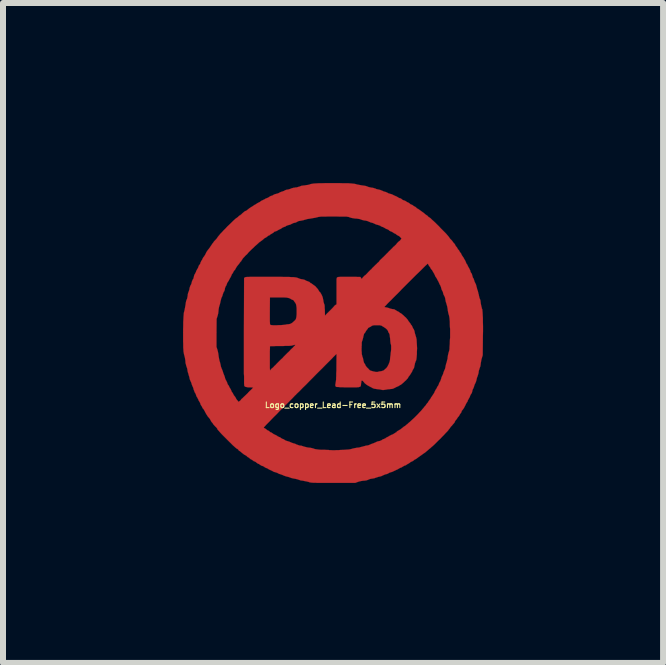
<source format=kicad_pcb>
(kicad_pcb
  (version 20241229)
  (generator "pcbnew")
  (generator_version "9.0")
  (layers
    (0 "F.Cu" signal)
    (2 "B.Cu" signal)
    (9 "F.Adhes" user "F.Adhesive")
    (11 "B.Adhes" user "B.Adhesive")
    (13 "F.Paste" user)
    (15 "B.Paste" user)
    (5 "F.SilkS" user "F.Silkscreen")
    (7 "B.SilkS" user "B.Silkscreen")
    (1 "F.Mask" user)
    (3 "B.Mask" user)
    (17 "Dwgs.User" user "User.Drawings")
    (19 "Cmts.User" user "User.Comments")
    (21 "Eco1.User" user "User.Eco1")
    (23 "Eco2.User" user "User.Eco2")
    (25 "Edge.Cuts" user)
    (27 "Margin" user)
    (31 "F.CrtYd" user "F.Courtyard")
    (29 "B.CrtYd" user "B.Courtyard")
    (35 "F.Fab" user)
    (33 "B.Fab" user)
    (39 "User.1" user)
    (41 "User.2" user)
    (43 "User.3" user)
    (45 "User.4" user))
  (footprint "Logo_copper_Lead-Free_5x5mm"
    (layer "F.Cu")
    (at 2.501 2.501)
    (property "Reference" "Logo_copper_Lead-Free_5x5mm" (at 0 1.2 0) (layer "F.SilkS") (effects (font (size 0.094 0.094) (thickness 0.018))))
    (attr exclude_from_pos_files exclude_from_bom)
    (fp_poly (pts (xy 2.499 -0.033) (xy 2.497 0.056) (xy 2.497 0.081) (xy 2.494 0.368) (xy 2.479 0.419) (xy 2.471 0.447) (xy 2.466 0.478) (xy 2.461 0.505) (xy 2.461 0.513) (xy 2.454 0.556) (xy 2.443 0.584) (xy 2.436 0.607) (xy 2.428 0.632) (xy 2.426 0.653) (xy 2.421 0.678) (xy 2.413 0.704) (xy 2.408 0.721) (xy 2.398 0.744) (xy 2.393 0.767) (xy 2.39 0.78) (xy 2.385 0.8) (xy 2.377 0.823) (xy 2.372 0.833) (xy 2.362 0.853) (xy 2.355 0.871) (xy 2.352 0.881) (xy 2.347 0.899) (xy 2.339 0.919) (xy 2.337 0.922) (xy 2.329 0.937) (xy 2.322 0.958) (xy 2.319 0.973) (xy 2.314 0.993) (xy 2.306 1.008) (xy 2.301 1.016) (xy 2.294 1.026) (xy 2.286 1.041) (xy 2.283 1.052) (xy 2.276 1.069) (xy 2.266 1.087) (xy 2.261 1.095) (xy 2.253 1.11) (xy 2.245 1.125) (xy 2.24 1.143) (xy 2.23 1.156) (xy 2.22 1.171) (xy 2.212 1.189) (xy 2.202 1.209) (xy 2.189 1.234) (xy 2.174 1.26) (xy 2.159 1.28) (xy 2.156 1.283) (xy 2.146 1.295) (xy 2.141 1.308) (xy 2.141 1.311) (xy 2.139 1.318) (xy 2.131 1.331) (xy 2.123 1.341) (xy 2.113 1.356) (xy 2.103 1.374) (xy 2.101 1.379) (xy 2.093 1.389) (xy 2.088 1.394) (xy 2.088 1.397) (xy 2.083 1.4) (xy 2.075 1.41) (xy 2.075 1.412) (xy 2.065 1.427) (xy 2.052 1.445) (xy 2.047 1.45) (xy 2.037 1.463) (xy 2.032 1.473) (xy 2.029 1.476) (xy 2.029 1.481) (xy 2.027 1.486) (xy 2.022 1.494) (xy 2.012 1.506) (xy 1.996 1.524) (xy 1.976 1.549) (xy 1.968 1.554) (xy 1.953 1.575) (xy 1.951 1.577) (xy 1.951 0.008) (xy 1.951 -0.008) (xy 1.951 -0.025) (xy 1.951 -0.046) (xy 1.951 -0.069) (xy 1.948 -0.097) (xy 1.946 -0.147) (xy 1.946 -0.188) (xy 1.943 -0.221) (xy 1.941 -0.246) (xy 1.938 -0.267) (xy 1.935 -0.282) (xy 1.933 -0.292) (xy 1.93 -0.302) (xy 1.928 -0.307) (xy 1.923 -0.325) (xy 1.918 -0.348) (xy 1.913 -0.373) (xy 1.913 -0.381) (xy 1.908 -0.414) (xy 1.902 -0.445) (xy 1.895 -0.47) (xy 1.887 -0.498) (xy 1.88 -0.518) (xy 1.875 -0.544) (xy 1.872 -0.559) (xy 1.867 -0.587) (xy 1.859 -0.61) (xy 1.857 -0.612) (xy 1.849 -0.627) (xy 1.839 -0.648) (xy 1.836 -0.66) (xy 1.831 -0.681) (xy 1.824 -0.699) (xy 1.819 -0.706) (xy 1.811 -0.721) (xy 1.806 -0.739) (xy 1.803 -0.747) (xy 1.798 -0.767) (xy 1.791 -0.787) (xy 1.788 -0.792) (xy 1.778 -0.81) (xy 1.768 -0.831) (xy 1.768 -0.833) (xy 1.758 -0.853) (xy 1.748 -0.874) (xy 1.745 -0.876) (xy 1.737 -0.892) (xy 1.732 -0.902) (xy 1.732 -0.904) (xy 1.727 -0.912) (xy 1.72 -0.922) (xy 1.717 -0.927) (xy 1.704 -0.945) (xy 1.697 -0.965) (xy 1.694 -0.968) (xy 1.687 -0.986) (xy 1.676 -1.003) (xy 1.674 -1.008) (xy 1.664 -1.024) (xy 1.659 -1.034) (xy 1.656 -1.036) (xy 1.654 -1.044) (xy 1.646 -1.054) (xy 1.636 -1.064) (xy 1.626 -1.079) (xy 1.623 -1.087) (xy 1.613 -1.102) (xy 1.605 -1.113) (xy 1.603 -1.115) (xy 1.598 -1.123) (xy 1.59 -1.135) (xy 1.59 -1.138) (xy 1.582 -1.151) (xy 1.577 -1.156) (xy 1.575 -1.156) (xy 1.572 -1.153) (xy 1.56 -1.14) (xy 1.542 -1.125) (xy 1.519 -1.102) (xy 1.491 -1.074) (xy 1.458 -1.041) (xy 1.422 -1.006) (xy 1.382 -0.968) (xy 1.341 -0.927) (xy 1.298 -0.884) (xy 1.252 -0.838) (xy 1.209 -0.795) (xy 1.163 -0.749) (xy 1.14 -0.726) (xy 1.14 -1.577) (xy 1.12 -1.598) (xy 1.105 -1.613) (xy 1.09 -1.621) (xy 1.082 -1.626) (xy 1.067 -1.633) (xy 1.054 -1.643) (xy 1.041 -1.654) (xy 1.029 -1.659) (xy 1.013 -1.666) (xy 1.003 -1.674) (xy 0.993 -1.681) (xy 0.978 -1.689) (xy 0.97 -1.692) (xy 0.953 -1.699) (xy 0.935 -1.709) (xy 0.932 -1.714) (xy 0.917 -1.725) (xy 0.899 -1.732) (xy 0.897 -1.732) (xy 0.879 -1.74) (xy 0.864 -1.75) (xy 0.861 -1.75) (xy 0.846 -1.76) (xy 0.828 -1.768) (xy 0.826 -1.768) (xy 0.808 -1.775) (xy 0.792 -1.783) (xy 0.792 -1.786) (xy 0.78 -1.791) (xy 0.762 -1.798) (xy 0.744 -1.803) (xy 0.724 -1.808) (xy 0.704 -1.816) (xy 0.693 -1.821) (xy 0.678 -1.829) (xy 0.658 -1.836) (xy 0.648 -1.839) (xy 0.627 -1.844) (xy 0.605 -1.854) (xy 0.597 -1.857) (xy 0.574 -1.867) (xy 0.541 -1.875) (xy 0.533 -1.875) (xy 0.508 -1.88) (xy 0.485 -1.885) (xy 0.467 -1.892) (xy 0.445 -1.9) (xy 0.414 -1.905) (xy 0.396 -1.908) (xy 0.361 -1.91) (xy 0.333 -1.915) (xy 0.312 -1.918) (xy 0.295 -1.923) (xy 0.279 -1.928) (xy 0.274 -1.93) (xy 0.267 -1.933) (xy 0.259 -1.935) (xy 0.251 -1.938) (xy 0.241 -1.938) (xy 0.226 -1.941) (xy 0.208 -1.941) (xy 0.183 -1.941) (xy 0.152 -1.941) (xy 0.114 -1.941) (xy 0.069 -1.943) (xy 0.01 -1.943) (xy -0.046 -1.943) (xy -0.091 -1.943) (xy -0.13 -1.941) (xy -0.16 -1.941) (xy -0.185 -1.941) (xy -0.206 -1.941) (xy -0.221 -1.938) (xy -0.234 -1.938) (xy -0.244 -1.935) (xy -0.254 -1.933) (xy -0.264 -1.93) (xy -0.267 -1.93) (xy -0.292 -1.923) (xy -0.323 -1.918) (xy -0.353 -1.913) (xy -0.368 -1.91) (xy -0.399 -1.905) (xy -0.432 -1.9) (xy -0.457 -1.892) (xy -0.467 -1.89) (xy -0.493 -1.882) (xy -0.518 -1.877) (xy -0.541 -1.872) (xy -0.574 -1.867) (xy -0.594 -1.857) (xy -0.612 -1.847) (xy -0.632 -1.839) (xy -0.638 -1.839) (xy -0.66 -1.834) (xy -0.681 -1.824) (xy -0.688 -1.821) (xy -0.706 -1.811) (xy -0.729 -1.803) (xy -0.739 -1.801) (xy -0.757 -1.796) (xy -0.775 -1.788) (xy -0.782 -1.786) (xy -0.795 -1.775) (xy -0.813 -1.77) (xy -0.815 -1.768) (xy -0.833 -1.763) (xy -0.846 -1.755) (xy -0.848 -1.753) (xy -0.861 -1.745) (xy -0.876 -1.735) (xy -0.889 -1.73) (xy -0.909 -1.72) (xy -0.927 -1.709) (xy -0.937 -1.704) (xy -0.95 -1.697) (xy -0.963 -1.694) (xy -0.965 -1.694) (xy -0.973 -1.692) (xy -0.983 -1.684) (xy -0.993 -1.674) (xy -1.011 -1.664) (xy -1.013 -1.661) (xy -1.031 -1.651) (xy -1.049 -1.641) (xy -1.052 -1.638) (xy -1.062 -1.628) (xy -1.072 -1.626) (xy -1.082 -1.621) (xy -1.092 -1.613) (xy -1.102 -1.605) (xy -1.115 -1.595) (xy -1.125 -1.59) (xy -1.13 -1.587) (xy -1.135 -1.585) (xy -1.148 -1.577) (xy -1.158 -1.567) (xy -1.179 -1.549) (xy -1.196 -1.537) (xy -1.209 -1.527) (xy -1.222 -1.519) (xy -1.232 -1.511) (xy -1.25 -1.494) (xy -1.273 -1.473) (xy -1.3 -1.45) (xy -1.328 -1.422) (xy -1.356 -1.397) (xy -1.384 -1.369) (xy -1.41 -1.344) (xy -1.415 -1.336) (xy -1.435 -1.313) (xy -1.458 -1.293) (xy -1.476 -1.273) (xy -1.488 -1.26) (xy -1.494 -1.255) (xy -1.506 -1.24) (xy -1.516 -1.224) (xy -1.521 -1.217) (xy -1.529 -1.204) (xy -1.534 -1.194) (xy -1.537 -1.194) (xy -1.544 -1.186) (xy -1.552 -1.176) (xy -1.562 -1.161) (xy -1.572 -1.148) (xy -1.587 -1.13) (xy -1.605 -1.107) (xy -1.618 -1.085) (xy -1.628 -1.067) (xy -1.633 -1.057) (xy -1.638 -1.049) (xy -1.641 -1.049) (xy -1.646 -1.044) (xy -1.654 -1.034) (xy -1.661 -1.019) (xy -1.671 -1.001) (xy -1.679 -0.988) (xy -1.684 -0.983) (xy -1.689 -0.975) (xy -1.694 -0.963) (xy -1.694 -0.96) (xy -1.702 -0.942) (xy -1.712 -0.925) (xy -1.722 -0.907) (xy -1.732 -0.889) (xy -1.74 -0.871) (xy -1.75 -0.859) (xy -1.75 -0.856) (xy -1.76 -0.843) (xy -1.768 -0.826) (xy -1.773 -0.81) (xy -1.781 -0.79) (xy -1.786 -0.785) (xy -1.796 -0.765) (xy -1.803 -0.742) (xy -1.803 -0.734) (xy -1.808 -0.714) (xy -1.816 -0.693) (xy -1.821 -0.688) (xy -1.829 -0.671) (xy -1.836 -0.65) (xy -1.839 -0.643) (xy -1.844 -0.622) (xy -1.854 -0.599) (xy -1.857 -0.594) (xy -1.864 -0.577) (xy -1.869 -0.554) (xy -1.875 -0.533) (xy -1.88 -0.508) (xy -1.887 -0.478) (xy -1.895 -0.455) (xy -1.902 -0.427) (xy -1.908 -0.394) (xy -1.91 -0.366) (xy -1.915 -0.325) (xy -1.925 -0.287) (xy -1.928 -0.277) (xy -1.941 -0.236) (xy -1.943 -0.003) (xy -1.943 0.231) (xy -1.928 0.277) (xy -1.92 0.307) (xy -1.913 0.343) (xy -1.908 0.381) (xy -1.908 0.384) (xy -1.902 0.417) (xy -1.897 0.445) (xy -1.892 0.465) (xy -1.892 0.467) (xy -1.885 0.485) (xy -1.88 0.508) (xy -1.875 0.528) (xy -1.869 0.559) (xy -1.859 0.587) (xy -1.854 0.597) (xy -1.847 0.615) (xy -1.839 0.635) (xy -1.836 0.645) (xy -1.831 0.663) (xy -1.824 0.683) (xy -1.819 0.693) (xy -1.811 0.714) (xy -1.803 0.737) (xy -1.801 0.747) (xy -1.796 0.765) (xy -1.788 0.78) (xy -1.786 0.785) (xy -1.778 0.798) (xy -1.77 0.815) (xy -1.765 0.826) (xy -1.76 0.843) (xy -1.753 0.859) (xy -1.748 0.864) (xy -1.737 0.879) (xy -1.732 0.894) (xy -1.73 0.894) (xy -1.722 0.912) (xy -1.712 0.927) (xy -1.704 0.94) (xy -1.697 0.958) (xy -1.694 0.963) (xy -1.689 0.978) (xy -1.681 0.988) (xy -1.679 0.991) (xy -1.671 1.001) (xy -1.664 1.016) (xy -1.661 1.021) (xy -1.654 1.036) (xy -1.643 1.049) (xy -1.641 1.052) (xy -1.631 1.064) (xy -1.623 1.079) (xy -1.615 1.095) (xy -1.603 1.113) (xy -1.595 1.12) (xy -1.577 1.146) (xy -1.557 1.133) (xy -1.547 1.125) (xy -1.537 1.115) (xy -1.532 1.105) (xy -1.521 1.095) (xy -1.506 1.082) (xy -1.486 1.062) (xy -1.458 1.036) (xy -1.427 1.006) (xy -1.417 0.996) (xy -1.41 0.986) (xy -1.4 0.978) (xy -1.392 0.968) (xy -1.387 0.963) (xy -1.379 0.958) (xy -1.369 0.947) (xy -1.356 0.935) (xy -1.344 0.922) (xy -1.336 0.912) (xy -1.331 0.907) (xy -1.336 0.907) (xy -1.349 0.907) (xy -1.369 0.904) (xy -1.384 0.904) (xy -1.42 0.904) (xy -1.445 0.899) (xy -1.466 0.894) (xy -1.476 0.884) (xy -1.478 0.879) (xy -1.481 0.874) (xy -1.481 0.869) (xy -1.481 0.856) (xy -1.483 0.841) (xy -1.483 0.818) (xy -1.483 0.792) (xy -1.483 0.759) (xy -1.483 0.721) (xy -1.486 0.676) (xy -1.486 0.622) (xy -1.486 0.561) (xy -1.486 0.493) (xy -1.486 0.417) (xy -1.486 0.33) (xy -1.486 0.236) (xy -1.486 0.132) (xy -1.486 0.018) (xy -1.486 -0.025) (xy -1.483 -0.917) (xy -1.471 -0.927) (xy -1.468 -0.93) (xy -1.466 -0.93) (xy -1.46 -0.932) (xy -1.453 -0.932) (xy -1.44 -0.935) (xy -1.425 -0.935) (xy -1.407 -0.935) (xy -1.382 -0.937) (xy -1.351 -0.937) (xy -1.313 -0.937) (xy -1.267 -0.937) (xy -1.212 -0.937) (xy -1.148 -0.937) (xy -1.097 -0.937) (xy -1.013 -0.937) (xy -0.94 -0.937) (xy -0.874 -0.937) (xy -0.818 -0.935) (xy -0.77 -0.935) (xy -0.729 -0.935) (xy -0.693 -0.932) (xy -0.665 -0.932) (xy -0.643 -0.93) (xy -0.622 -0.927) (xy -0.61 -0.925) (xy -0.597 -0.922) (xy -0.587 -0.917) (xy -0.584 -0.917) (xy -0.566 -0.909) (xy -0.546 -0.902) (xy -0.521 -0.897) (xy -0.518 -0.897) (xy -0.493 -0.892) (xy -0.472 -0.886) (xy -0.46 -0.879) (xy -0.447 -0.871) (xy -0.429 -0.866) (xy -0.419 -0.861) (xy -0.396 -0.853) (xy -0.384 -0.843) (xy -0.376 -0.833) (xy -0.368 -0.831) (xy -0.361 -0.828) (xy -0.348 -0.818) (xy -0.343 -0.815) (xy -0.328 -0.803) (xy -0.312 -0.792) (xy -0.31 -0.79) (xy -0.297 -0.782) (xy -0.284 -0.767) (xy -0.269 -0.749) (xy -0.254 -0.734) (xy -0.244 -0.716) (xy -0.236 -0.704) (xy -0.234 -0.699) (xy -0.229 -0.691) (xy -0.224 -0.686) (xy -0.216 -0.681) (xy -0.206 -0.665) (xy -0.196 -0.648) (xy -0.191 -0.638) (xy -0.178 -0.61) (xy -0.17 -0.584) (xy -0.165 -0.556) (xy -0.163 -0.549) (xy -0.16 -0.526) (xy -0.155 -0.505) (xy -0.15 -0.49) (xy -0.15 -0.488) (xy -0.145 -0.478) (xy -0.142 -0.465) (xy -0.14 -0.447) (xy -0.14 -0.422) (xy -0.137 -0.389) (xy -0.137 -0.381) (xy -0.135 -0.29) (xy -0.109 -0.318) (xy -0.094 -0.333) (xy -0.081 -0.345) (xy -0.074 -0.353) (xy -0.048 -0.378) (xy -0.025 -0.401) (xy -0.003 -0.424) (xy 0.013 -0.442) (xy 0.025 -0.457) (xy 0.038 -0.467) (xy 0.046 -0.472) (xy 0.058 -0.48) (xy 0.058 -0.699) (xy 0.058 -0.752) (xy 0.058 -0.795) (xy 0.058 -0.831) (xy 0.058 -0.859) (xy 0.058 -0.881) (xy 0.058 -0.897) (xy 0.061 -0.909) (xy 0.061 -0.917) (xy 0.064 -0.922) (xy 0.066 -0.925) (xy 0.069 -0.927) (xy 0.071 -0.93) (xy 0.076 -0.932) (xy 0.081 -0.932) (xy 0.091 -0.935) (xy 0.104 -0.935) (xy 0.124 -0.937) (xy 0.15 -0.937) (xy 0.183 -0.937) (xy 0.224 -0.937) (xy 0.262 -0.937) (xy 0.305 -0.937) (xy 0.345 -0.937) (xy 0.381 -0.937) (xy 0.411 -0.935) (xy 0.434 -0.935) (xy 0.45 -0.935) (xy 0.455 -0.935) (xy 0.462 -0.927) (xy 0.47 -0.914) (xy 0.475 -0.904) (xy 0.478 -0.902) (xy 0.483 -0.909) (xy 0.49 -0.919) (xy 0.5 -0.932) (xy 0.513 -0.945) (xy 0.526 -0.958) (xy 0.533 -0.963) (xy 0.536 -0.963) (xy 0.541 -0.968) (xy 0.551 -0.978) (xy 0.564 -0.991) (xy 0.566 -0.993) (xy 0.584 -1.013) (xy 0.607 -1.036) (xy 0.622 -1.052) (xy 0.638 -1.064) (xy 0.648 -1.077) (xy 0.655 -1.085) (xy 0.668 -1.097) (xy 0.686 -1.115) (xy 0.706 -1.135) (xy 0.726 -1.153) (xy 0.742 -1.171) (xy 0.744 -1.171) (xy 0.759 -1.184) (xy 0.767 -1.194) (xy 0.772 -1.199) (xy 0.775 -1.206) (xy 0.785 -1.217) (xy 0.798 -1.229) (xy 0.8 -1.232) (xy 0.815 -1.245) (xy 0.826 -1.257) (xy 0.833 -1.262) (xy 0.838 -1.267) (xy 0.851 -1.28) (xy 0.866 -1.295) (xy 0.884 -1.313) (xy 0.886 -1.316) (xy 0.904 -1.333) (xy 0.922 -1.351) (xy 0.932 -1.364) (xy 0.94 -1.369) (xy 0.947 -1.377) (xy 0.958 -1.387) (xy 0.97 -1.4) (xy 0.978 -1.407) (xy 0.991 -1.42) (xy 1.003 -1.435) (xy 1.024 -1.45) (xy 1.026 -1.455) (xy 1.041 -1.468) (xy 1.052 -1.478) (xy 1.054 -1.483) (xy 1.059 -1.488) (xy 1.067 -1.499) (xy 1.079 -1.511) (xy 1.092 -1.524) (xy 1.105 -1.534) (xy 1.113 -1.539) (xy 1.118 -1.544) (xy 1.125 -1.554) (xy 1.13 -1.56) (xy 1.14 -1.577) (xy 1.14 -0.726) (xy 1.12 -0.704) (xy 1.077 -0.66) (xy 1.036 -0.62) (xy 0.998 -0.582) (xy 0.963 -0.546) (xy 0.932 -0.516) (xy 0.904 -0.488) (xy 0.884 -0.465) (xy 0.869 -0.45) (xy 0.859 -0.439) (xy 0.856 -0.434) (xy 0.864 -0.432) (xy 0.876 -0.429) (xy 0.889 -0.427) (xy 0.912 -0.422) (xy 0.937 -0.414) (xy 0.947 -0.409) (xy 0.968 -0.404) (xy 0.991 -0.399) (xy 0.998 -0.399) (xy 1.024 -0.394) (xy 1.036 -0.386) (xy 1.052 -0.376) (xy 1.069 -0.366) (xy 1.074 -0.363) (xy 1.09 -0.356) (xy 1.102 -0.348) (xy 1.107 -0.343) (xy 1.118 -0.335) (xy 1.133 -0.328) (xy 1.143 -0.32) (xy 1.158 -0.307) (xy 1.176 -0.292) (xy 1.194 -0.274) (xy 1.214 -0.257) (xy 1.229 -0.239) (xy 1.242 -0.224) (xy 1.25 -0.213) (xy 1.252 -0.208) (xy 1.255 -0.201) (xy 1.265 -0.191) (xy 1.27 -0.183) (xy 1.28 -0.17) (xy 1.288 -0.16) (xy 1.29 -0.157) (xy 1.293 -0.15) (xy 1.3 -0.137) (xy 1.303 -0.137) (xy 1.313 -0.124) (xy 1.321 -0.107) (xy 1.323 -0.102) (xy 1.331 -0.084) (xy 1.339 -0.069) (xy 1.344 -0.066) (xy 1.351 -0.048) (xy 1.359 -0.023) (xy 1.359 -0.018) (xy 1.364 0.005) (xy 1.372 0.03) (xy 1.377 0.048) (xy 1.384 0.071) (xy 1.392 0.107) (xy 1.394 0.147) (xy 1.397 0.198) (xy 1.4 0.254) (xy 1.397 0.312) (xy 1.397 0.348) (xy 1.394 0.384) (xy 1.392 0.411) (xy 1.389 0.429) (xy 1.387 0.445) (xy 1.384 0.455) (xy 1.382 0.46) (xy 1.379 0.465) (xy 1.372 0.483) (xy 1.364 0.508) (xy 1.361 0.526) (xy 1.354 0.556) (xy 1.349 0.579) (xy 1.341 0.594) (xy 1.331 0.61) (xy 1.323 0.625) (xy 1.323 0.627) (xy 1.318 0.64) (xy 1.306 0.66) (xy 1.293 0.681) (xy 1.278 0.704) (xy 1.273 0.711) (xy 1.26 0.726) (xy 1.25 0.744) (xy 1.245 0.754) (xy 1.232 0.767) (xy 1.217 0.785) (xy 1.196 0.803) (xy 1.176 0.823) (xy 1.158 0.838) (xy 1.143 0.851) (xy 1.13 0.861) (xy 1.125 0.864) (xy 1.118 0.866) (xy 1.107 0.874) (xy 1.102 0.876) (xy 1.087 0.886) (xy 1.067 0.894) (xy 1.049 0.902) (xy 1.031 0.912) (xy 1.026 0.914) (xy 1.016 0.919) (xy 1.003 0.925) (xy 0.986 0.93) (xy 0.968 0.932) (xy 0.968 0.239) (xy 0.968 0.211) (xy 0.965 0.191) (xy 0.96 0.178) (xy 0.958 0.163) (xy 0.955 0.142) (xy 0.953 0.117) (xy 0.95 0.081) (xy 0.947 0.066) (xy 0.945 0.041) (xy 0.942 0.023) (xy 0.937 0.01) (xy 0.932 0) (xy 0.93 0) (xy 0.922 -0.015) (xy 0.917 -0.028) (xy 0.917 -0.03) (xy 0.912 -0.041) (xy 0.902 -0.056) (xy 0.886 -0.071) (xy 0.871 -0.084) (xy 0.853 -0.094) (xy 0.851 -0.097) (xy 0.833 -0.107) (xy 0.818 -0.117) (xy 0.81 -0.122) (xy 0.805 -0.124) (xy 0.792 -0.127) (xy 0.78 -0.13) (xy 0.757 -0.13) (xy 0.729 -0.13) (xy 0.701 -0.13) (xy 0.681 -0.13) (xy 0.665 -0.127) (xy 0.655 -0.124) (xy 0.648 -0.122) (xy 0.64 -0.117) (xy 0.638 -0.114) (xy 0.622 -0.104) (xy 0.605 -0.097) (xy 0.602 -0.094) (xy 0.592 -0.089) (xy 0.584 -0.084) (xy 0.582 -0.079) (xy 0.574 -0.066) (xy 0.564 -0.056) (xy 0.554 -0.041) (xy 0.544 -0.028) (xy 0.544 -0.023) (xy 0.538 -0.015) (xy 0.531 -0.003) (xy 0.526 0) (xy 0.516 0.015) (xy 0.511 0.033) (xy 0.505 0.056) (xy 0.5 0.081) (xy 0.493 0.107) (xy 0.488 0.124) (xy 0.483 0.137) (xy 0.48 0.147) (xy 0.478 0.163) (xy 0.478 0.18) (xy 0.478 0.203) (xy 0.475 0.234) (xy 0.475 0.257) (xy 0.475 0.295) (xy 0.478 0.323) (xy 0.478 0.343) (xy 0.48 0.358) (xy 0.483 0.368) (xy 0.485 0.378) (xy 0.485 0.381) (xy 0.49 0.396) (xy 0.498 0.417) (xy 0.503 0.442) (xy 0.503 0.447) (xy 0.511 0.478) (xy 0.516 0.495) (xy 0.521 0.503) (xy 0.531 0.516) (xy 0.538 0.531) (xy 0.538 0.533) (xy 0.544 0.544) (xy 0.556 0.561) (xy 0.572 0.579) (xy 0.582 0.587) (xy 0.597 0.605) (xy 0.61 0.617) (xy 0.622 0.625) (xy 0.638 0.63) (xy 0.658 0.635) (xy 0.663 0.638) (xy 0.691 0.643) (xy 0.711 0.648) (xy 0.726 0.648) (xy 0.742 0.648) (xy 0.759 0.643) (xy 0.767 0.64) (xy 0.787 0.638) (xy 0.805 0.635) (xy 0.813 0.632) (xy 0.823 0.63) (xy 0.838 0.625) (xy 0.856 0.612) (xy 0.866 0.602) (xy 0.884 0.587) (xy 0.897 0.572) (xy 0.909 0.554) (xy 0.922 0.528) (xy 0.925 0.523) (xy 0.935 0.498) (xy 0.942 0.48) (xy 0.947 0.46) (xy 0.95 0.437) (xy 0.95 0.429) (xy 0.953 0.399) (xy 0.958 0.368) (xy 0.96 0.34) (xy 0.96 0.338) (xy 0.965 0.305) (xy 0.968 0.272) (xy 0.968 0.239) (xy 0.968 0.932) (xy 0.963 0.932) (xy 0.94 0.935) (xy 0.912 0.937) (xy 0.886 0.942) (xy 0.866 0.945) (xy 0.853 0.947) (xy 0.831 0.95) (xy 0.818 0.947) (xy 0.805 0.945) (xy 0.785 0.94) (xy 0.759 0.937) (xy 0.737 0.935) (xy 0.706 0.93) (xy 0.686 0.927) (xy 0.671 0.922) (xy 0.66 0.917) (xy 0.658 0.917) (xy 0.643 0.907) (xy 0.625 0.899) (xy 0.622 0.897) (xy 0.592 0.881) (xy 0.559 0.861) (xy 0.528 0.836) (xy 0.513 0.818) (xy 0.498 0.8) (xy 0.485 0.792) (xy 0.478 0.792) (xy 0.472 0.8) (xy 0.47 0.82) (xy 0.467 0.838) (xy 0.465 0.864) (xy 0.462 0.881) (xy 0.455 0.892) (xy 0.442 0.897) (xy 0.422 0.902) (xy 0.414 0.902) (xy 0.394 0.904) (xy 0.368 0.904) (xy 0.338 0.904) (xy 0.302 0.904) (xy 0.264 0.904) (xy 0.224 0.904) (xy 0.185 0.904) (xy 0.15 0.902) (xy 0.117 0.902) (xy 0.089 0.899) (xy 0.069 0.899) (xy 0.056 0.897) (xy 0.053 0.897) (xy 0.043 0.889) (xy 0.038 0.876) (xy 0.038 0.859) (xy 0.043 0.833) (xy 0.043 0.826) (xy 0.046 0.813) (xy 0.048 0.795) (xy 0.051 0.775) (xy 0.051 0.747) (xy 0.053 0.714) (xy 0.053 0.671) (xy 0.056 0.622) (xy 0.056 0.566) (xy 0.058 0.348) (xy 0.046 0.358) (xy 0.038 0.366) (xy 0.023 0.381) (xy 0 0.404) (xy -0.023 0.429) (xy -0.056 0.462) (xy -0.094 0.5) (xy -0.135 0.541) (xy -0.18 0.587) (xy -0.229 0.635) (xy -0.282 0.688) (xy -0.335 0.742) (xy -0.391 0.798) (xy -0.447 0.856) (xy -0.505 0.912) (xy -0.564 0.973) (xy -0.607 1.013) (xy -0.607 -0.361) (xy -0.607 -0.366) (xy -0.607 -0.409) (xy -0.61 -0.442) (xy -0.615 -0.47) (xy -0.62 -0.488) (xy -0.63 -0.503) (xy -0.632 -0.508) (xy -0.643 -0.521) (xy -0.65 -0.533) (xy -0.653 -0.536) (xy -0.658 -0.546) (xy -0.676 -0.554) (xy -0.681 -0.556) (xy -0.699 -0.564) (xy -0.714 -0.574) (xy -0.719 -0.577) (xy -0.732 -0.582) (xy -0.752 -0.587) (xy -0.777 -0.592) (xy -0.813 -0.594) (xy -0.856 -0.594) (xy -0.909 -0.594) (xy -0.932 -0.594) (xy -1.052 -0.594) (xy -1.054 -0.368) (xy -1.054 -0.312) (xy -1.054 -0.264) (xy -1.054 -0.226) (xy -1.054 -0.196) (xy -1.052 -0.173) (xy -1.052 -0.157) (xy -1.049 -0.145) (xy -1.049 -0.14) (xy -1.046 -0.137) (xy -1.039 -0.135) (xy -1.024 -0.132) (xy -0.998 -0.13) (xy -0.97 -0.13) (xy -0.937 -0.13) (xy -0.904 -0.132) (xy -0.871 -0.132) (xy -0.841 -0.135) (xy -0.815 -0.137) (xy -0.795 -0.14) (xy -0.792 -0.14) (xy -0.77 -0.145) (xy -0.744 -0.147) (xy -0.726 -0.15) (xy -0.704 -0.157) (xy -0.678 -0.173) (xy -0.653 -0.196) (xy -0.645 -0.203) (xy -0.635 -0.213) (xy -0.632 -0.216) (xy -0.622 -0.229) (xy -0.615 -0.249) (xy -0.61 -0.277) (xy -0.607 -0.315) (xy -0.607 -0.361) (xy -0.607 1.013) (xy -0.622 1.031) (xy -0.63 1.036) (xy -0.63 0.198) (xy -0.632 0.196) (xy -0.64 0.196) (xy -0.65 0.198) (xy -0.668 0.203) (xy -0.678 0.206) (xy -0.688 0.208) (xy -0.699 0.211) (xy -0.714 0.211) (xy -0.732 0.213) (xy -0.757 0.213) (xy -0.79 0.213) (xy -0.831 0.216) (xy -0.874 0.216) (xy -0.917 0.216) (xy -0.955 0.216) (xy -0.988 0.218) (xy -1.016 0.218) (xy -1.036 0.218) (xy -1.046 0.218) (xy -1.049 0.221) (xy -1.052 0.226) (xy -1.052 0.241) (xy -1.052 0.264) (xy -1.054 0.292) (xy -1.054 0.328) (xy -1.054 0.363) (xy -1.054 0.404) (xy -1.054 0.445) (xy -1.054 0.483) (xy -1.054 0.521) (xy -1.054 0.554) (xy -1.054 0.582) (xy -1.052 0.605) (xy -1.052 0.617) (xy -1.049 0.622) (xy -1.044 0.617) (xy -1.039 0.61) (xy -1.031 0.599) (xy -1.029 0.597) (xy -1.024 0.592) (xy -1.011 0.582) (xy -0.996 0.569) (xy -0.978 0.549) (xy -0.958 0.531) (xy -0.937 0.508) (xy -0.922 0.493) (xy -0.917 0.488) (xy -0.904 0.475) (xy -0.886 0.457) (xy -0.866 0.437) (xy -0.843 0.417) (xy -0.823 0.394) (xy -0.8 0.371) (xy -0.78 0.351) (xy -0.762 0.333) (xy -0.752 0.323) (xy -0.744 0.318) (xy -0.744 0.315) (xy -0.737 0.31) (xy -0.724 0.297) (xy -0.709 0.279) (xy -0.691 0.262) (xy -0.671 0.244) (xy -0.655 0.226) (xy -0.643 0.213) (xy -0.635 0.206) (xy -0.63 0.198) (xy -0.63 1.036) (xy -0.681 1.09) (xy -0.737 1.146) (xy -0.792 1.201) (xy -0.846 1.255) (xy -0.897 1.306) (xy -0.942 1.354) (xy -0.986 1.397) (xy -1.026 1.438) (xy -1.062 1.476) (xy -1.092 1.506) (xy -1.118 1.532) (xy -1.135 1.552) (xy -1.148 1.565) (xy -1.153 1.57) (xy -1.156 1.57) (xy -1.151 1.58) (xy -1.14 1.587) (xy -1.125 1.595) (xy -1.11 1.608) (xy -1.107 1.61) (xy -1.095 1.618) (xy -1.085 1.626) (xy -1.082 1.626) (xy -1.074 1.628) (xy -1.064 1.636) (xy -1.059 1.641) (xy -1.046 1.651) (xy -1.036 1.656) (xy -1.034 1.656) (xy -1.026 1.659) (xy -1.016 1.666) (xy -1.008 1.671) (xy -0.991 1.684) (xy -0.973 1.692) (xy -0.968 1.694) (xy -0.953 1.702) (xy -0.932 1.712) (xy -0.93 1.717) (xy -0.914 1.725) (xy -0.904 1.73) (xy -0.899 1.732) (xy -0.889 1.735) (xy -0.876 1.742) (xy -0.874 1.745) (xy -0.859 1.755) (xy -0.841 1.765) (xy -0.836 1.765) (xy -0.818 1.773) (xy -0.805 1.783) (xy -0.8 1.786) (xy -0.79 1.791) (xy -0.772 1.798) (xy -0.759 1.801) (xy -0.737 1.808) (xy -0.716 1.816) (xy -0.706 1.821) (xy -0.686 1.829) (xy -0.665 1.836) (xy -0.658 1.839) (xy -0.635 1.844) (xy -0.615 1.854) (xy -0.61 1.857) (xy -0.589 1.864) (xy -0.566 1.872) (xy -0.556 1.875) (xy -0.531 1.877) (xy -0.505 1.885) (xy -0.493 1.89) (xy -0.472 1.895) (xy -0.447 1.902) (xy -0.419 1.908) (xy -0.401 1.91) (xy -0.373 1.913) (xy -0.351 1.918) (xy -0.333 1.923) (xy -0.325 1.925) (xy -0.305 1.933) (xy -0.274 1.938) (xy -0.236 1.943) (xy -0.191 1.946) (xy -0.165 1.946) (xy -0.135 1.946) (xy -0.104 1.948) (xy -0.076 1.948) (xy -0.061 1.951) (xy -0.038 1.951) (xy -0.008 1.953) (xy 0.018 1.953) (xy 0.028 1.953) (xy 0.058 1.951) (xy 0.094 1.951) (xy 0.127 1.948) (xy 0.14 1.948) (xy 0.188 1.946) (xy 0.226 1.943) (xy 0.257 1.941) (xy 0.279 1.938) (xy 0.3 1.933) (xy 0.315 1.93) (xy 0.318 1.928) (xy 0.338 1.923) (xy 0.361 1.918) (xy 0.389 1.913) (xy 0.406 1.91) (xy 0.434 1.908) (xy 0.46 1.9) (xy 0.483 1.895) (xy 0.493 1.892) (xy 0.511 1.887) (xy 0.536 1.88) (xy 0.559 1.875) (xy 0.582 1.872) (xy 0.605 1.864) (xy 0.62 1.857) (xy 0.638 1.849) (xy 0.66 1.841) (xy 0.668 1.839) (xy 0.686 1.831) (xy 0.704 1.824) (xy 0.709 1.821) (xy 0.724 1.814) (xy 0.742 1.806) (xy 0.759 1.803) (xy 0.78 1.798) (xy 0.798 1.791) (xy 0.808 1.786) (xy 0.823 1.775) (xy 0.838 1.768) (xy 0.841 1.768) (xy 0.859 1.76) (xy 0.876 1.753) (xy 0.876 1.75) (xy 0.892 1.74) (xy 0.909 1.732) (xy 0.912 1.73) (xy 0.927 1.722) (xy 0.94 1.714) (xy 0.942 1.712) (xy 0.953 1.707) (xy 0.968 1.699) (xy 0.98 1.694) (xy 0.998 1.687) (xy 1.011 1.679) (xy 1.019 1.674) (xy 1.026 1.669) (xy 1.041 1.661) (xy 1.041 1.659) (xy 1.054 1.654) (xy 1.059 1.648) (xy 1.059 1.646) (xy 1.064 1.641) (xy 1.074 1.633) (xy 1.085 1.628) (xy 1.123 1.605) (xy 1.153 1.582) (xy 1.161 1.575) (xy 1.173 1.565) (xy 1.189 1.554) (xy 1.201 1.547) (xy 1.214 1.537) (xy 1.224 1.527) (xy 1.242 1.514) (xy 1.257 1.499) (xy 1.285 1.476) (xy 1.318 1.445) (xy 1.351 1.415) (xy 1.379 1.387) (xy 1.384 1.382) (xy 1.415 1.351) (xy 1.44 1.323) (xy 1.46 1.303) (xy 1.476 1.285) (xy 1.488 1.27) (xy 1.499 1.257) (xy 1.514 1.24) (xy 1.527 1.222) (xy 1.537 1.214) (xy 1.547 1.199) (xy 1.557 1.184) (xy 1.56 1.181) (xy 1.567 1.171) (xy 1.575 1.163) (xy 1.582 1.156) (xy 1.585 1.151) (xy 1.59 1.138) (xy 1.6 1.125) (xy 1.605 1.12) (xy 1.615 1.105) (xy 1.626 1.09) (xy 1.628 1.085) (xy 1.636 1.069) (xy 1.646 1.059) (xy 1.646 1.057) (xy 1.654 1.046) (xy 1.656 1.041) (xy 1.661 1.034) (xy 1.669 1.021) (xy 1.674 1.016) (xy 1.684 0.998) (xy 1.694 0.98) (xy 1.694 0.975) (xy 1.702 0.96) (xy 1.709 0.947) (xy 1.709 0.945) (xy 1.72 0.932) (xy 1.727 0.917) (xy 1.73 0.912) (xy 1.737 0.897) (xy 1.745 0.884) (xy 1.748 0.881) (xy 1.755 0.869) (xy 1.763 0.853) (xy 1.763 0.848) (xy 1.77 0.831) (xy 1.781 0.81) (xy 1.783 0.81) (xy 1.791 0.792) (xy 1.798 0.772) (xy 1.803 0.757) (xy 1.808 0.737) (xy 1.816 0.719) (xy 1.821 0.709) (xy 1.829 0.693) (xy 1.836 0.676) (xy 1.836 0.673) (xy 1.841 0.655) (xy 1.849 0.635) (xy 1.854 0.622) (xy 1.864 0.602) (xy 1.872 0.574) (xy 1.875 0.556) (xy 1.88 0.531) (xy 1.887 0.503) (xy 1.895 0.483) (xy 1.9 0.457) (xy 1.908 0.429) (xy 1.91 0.409) (xy 1.913 0.384) (xy 1.918 0.356) (xy 1.925 0.33) (xy 1.925 0.328) (xy 1.93 0.312) (xy 1.935 0.297) (xy 1.938 0.282) (xy 1.941 0.264) (xy 1.941 0.239) (xy 1.943 0.211) (xy 1.946 0.173) (xy 1.946 0.152) (xy 1.948 0.109) (xy 1.951 0.076) (xy 1.951 0.048) (xy 1.951 0.025) (xy 1.951 0.008) (xy 1.951 1.577) (xy 1.941 1.593) (xy 1.93 1.605) (xy 1.928 1.608) (xy 1.918 1.623) (xy 1.9 1.643) (xy 1.877 1.666) (xy 1.849 1.697) (xy 1.819 1.727) (xy 1.788 1.76) (xy 1.755 1.791) (xy 1.722 1.824) (xy 1.692 1.854) (xy 1.664 1.88) (xy 1.638 1.902) (xy 1.621 1.918) (xy 1.608 1.928) (xy 1.598 1.935) (xy 1.585 1.948) (xy 1.567 1.963) (xy 1.557 1.971) (xy 1.542 1.984) (xy 1.527 1.996) (xy 1.516 2.002) (xy 1.516 2.004) (xy 1.509 2.007) (xy 1.499 2.014) (xy 1.486 2.024) (xy 1.471 2.035) (xy 1.46 2.042) (xy 1.443 2.055) (xy 1.422 2.068) (xy 1.415 2.075) (xy 1.397 2.088) (xy 1.382 2.098) (xy 1.372 2.103) (xy 1.369 2.106) (xy 1.361 2.108) (xy 1.351 2.116) (xy 1.346 2.121) (xy 1.331 2.131) (xy 1.313 2.141) (xy 1.311 2.141) (xy 1.293 2.149) (xy 1.278 2.162) (xy 1.267 2.169) (xy 1.26 2.174) (xy 1.252 2.177) (xy 1.24 2.184) (xy 1.232 2.189) (xy 1.217 2.2) (xy 1.201 2.207) (xy 1.196 2.207) (xy 1.181 2.215) (xy 1.166 2.223) (xy 1.158 2.228) (xy 1.143 2.238) (xy 1.128 2.243) (xy 1.123 2.245) (xy 1.11 2.25) (xy 1.095 2.261) (xy 1.092 2.261) (xy 1.077 2.271) (xy 1.059 2.278) (xy 1.054 2.281) (xy 1.036 2.289) (xy 1.016 2.299) (xy 1.013 2.299) (xy 0.996 2.309) (xy 0.975 2.316) (xy 0.965 2.319) (xy 0.947 2.324) (xy 0.927 2.334) (xy 0.922 2.337) (xy 0.904 2.347) (xy 0.884 2.352) (xy 0.881 2.352) (xy 0.866 2.357) (xy 0.846 2.365) (xy 0.831 2.372) (xy 0.808 2.383) (xy 0.785 2.39) (xy 0.77 2.393) (xy 0.749 2.398) (xy 0.729 2.405) (xy 0.719 2.408) (xy 0.704 2.413) (xy 0.683 2.421) (xy 0.658 2.423) (xy 0.655 2.426) (xy 0.632 2.428) (xy 0.615 2.433) (xy 0.602 2.436) (xy 0.599 2.438) (xy 0.582 2.446) (xy 0.559 2.454) (xy 0.528 2.459) (xy 0.5 2.461) (xy 0.467 2.466) (xy 0.434 2.474) (xy 0.409 2.482) (xy 0.368 2.497) (xy 0.043 2.497) (xy -0.013 2.497) (xy -0.071 2.497) (xy -0.127 2.497) (xy -0.178 2.497) (xy -0.224 2.497) (xy -0.262 2.497) (xy -0.295 2.494) (xy -0.32 2.494) (xy -0.333 2.494) (xy -0.363 2.492) (xy -0.391 2.487) (xy -0.414 2.479) (xy -0.417 2.479) (xy -0.434 2.474) (xy -0.46 2.469) (xy -0.488 2.464) (xy -0.498 2.461) (xy -0.538 2.456) (xy -0.569 2.446) (xy -0.577 2.443) (xy -0.597 2.436) (xy -0.62 2.431) (xy -0.645 2.426) (xy -0.671 2.421) (xy -0.693 2.416) (xy -0.711 2.41) (xy -0.711 2.408) (xy -0.729 2.403) (xy -0.752 2.395) (xy -0.767 2.393) (xy -0.792 2.385) (xy -0.818 2.377) (xy -0.831 2.37) (xy -0.851 2.362) (xy -0.869 2.355) (xy -0.879 2.352) (xy -0.897 2.347) (xy -0.914 2.339) (xy -0.917 2.337) (xy -0.932 2.329) (xy -0.953 2.322) (xy -0.963 2.319) (xy -0.983 2.314) (xy -1.001 2.306) (xy -1.006 2.301) (xy -1.021 2.294) (xy -1.039 2.286) (xy -1.044 2.283) (xy -1.062 2.276) (xy -1.074 2.268) (xy -1.079 2.266) (xy -1.09 2.258) (xy -1.107 2.25) (xy -1.11 2.25) (xy -1.128 2.243) (xy -1.14 2.235) (xy -1.143 2.233) (xy -1.153 2.225) (xy -1.171 2.217) (xy -1.176 2.215) (xy -1.194 2.21) (xy -1.214 2.197) (xy -1.217 2.195) (xy -1.232 2.184) (xy -1.242 2.179) (xy -1.245 2.179) (xy -1.252 2.177) (xy -1.265 2.167) (xy -1.273 2.162) (xy -1.288 2.149) (xy -1.303 2.141) (xy -1.308 2.139) (xy -1.323 2.134) (xy -1.336 2.123) (xy -1.351 2.113) (xy -1.369 2.103) (xy -1.372 2.103) (xy -1.382 2.095) (xy -1.389 2.09) (xy -1.394 2.083) (xy -1.405 2.075) (xy -1.41 2.073) (xy -1.425 2.065) (xy -1.433 2.057) (xy -1.435 2.055) (xy -1.443 2.047) (xy -1.455 2.04) (xy -1.458 2.037) (xy -1.468 2.032) (xy -1.476 2.029) (xy -1.486 2.022) (xy -1.499 2.012) (xy -1.519 1.996) (xy -1.537 1.981) (xy -1.549 1.971) (xy -1.562 1.963) (xy -1.567 1.961) (xy -1.572 1.956) (xy -1.577 1.948) (xy -1.585 1.938) (xy -1.6 1.928) (xy -1.603 1.928) (xy -1.613 1.92) (xy -1.628 1.908) (xy -1.648 1.89) (xy -1.674 1.867) (xy -1.699 1.841) (xy -1.73 1.811) (xy -1.76 1.781) (xy -1.791 1.75) (xy -1.821 1.72) (xy -1.849 1.692) (xy -1.875 1.664) (xy -1.895 1.641) (xy -1.913 1.621) (xy -1.925 1.608) (xy -1.928 1.6) (xy -1.928 1.598) (xy -1.933 1.59) (xy -1.943 1.575) (xy -1.963 1.557) (xy -1.981 1.537) (xy -1.991 1.527) (xy -1.996 1.519) (xy -1.999 1.516) (xy -2.002 1.509) (xy -2.009 1.499) (xy -2.017 1.491) (xy -2.027 1.478) (xy -2.035 1.468) (xy -2.035 1.463) (xy -2.04 1.455) (xy -2.047 1.443) (xy -2.052 1.433) (xy -2.07 1.41) (xy -2.085 1.394) (xy -2.093 1.382) (xy -2.101 1.369) (xy -2.108 1.359) (xy -2.111 1.354) (xy -2.123 1.333) (xy -2.134 1.313) (xy -2.136 1.306) (xy -2.149 1.285) (xy -2.159 1.267) (xy -2.164 1.262) (xy -2.174 1.252) (xy -2.179 1.242) (xy -2.179 1.24) (xy -2.182 1.232) (xy -2.189 1.219) (xy -2.195 1.212) (xy -2.205 1.196) (xy -2.212 1.179) (xy -2.212 1.173) (xy -2.22 1.156) (xy -2.23 1.14) (xy -2.24 1.125) (xy -2.245 1.11) (xy -2.253 1.095) (xy -2.261 1.077) (xy -2.266 1.072) (xy -2.276 1.054) (xy -2.283 1.036) (xy -2.283 1.031) (xy -2.291 1.013) (xy -2.299 0.996) (xy -2.301 0.996) (xy -2.309 0.98) (xy -2.316 0.958) (xy -2.322 0.947) (xy -2.327 0.925) (xy -2.334 0.904) (xy -2.339 0.894) (xy -2.347 0.876) (xy -2.355 0.856) (xy -2.355 0.851) (xy -2.362 0.831) (xy -2.37 0.81) (xy -2.372 0.808) (xy -2.38 0.79) (xy -2.388 0.77) (xy -2.393 0.747) (xy -2.393 0.744) (xy -2.4 0.719) (xy -2.408 0.693) (xy -2.413 0.673) (xy -2.421 0.65) (xy -2.426 0.622) (xy -2.428 0.607) (xy -2.433 0.584) (xy -2.441 0.561) (xy -2.446 0.549) (xy -2.451 0.526) (xy -2.459 0.498) (xy -2.461 0.46) (xy -2.466 0.429) (xy -2.471 0.401) (xy -2.477 0.381) (xy -2.479 0.371) (xy -2.484 0.356) (xy -2.487 0.335) (xy -2.492 0.31) (xy -2.494 0.277) (xy -2.497 0.239) (xy -2.497 0.191) (xy -2.499 0.135) (xy -2.499 0.071) (xy -2.499 0.015) (xy -2.499 -0.058) (xy -2.497 -0.124) (xy -2.497 -0.183) (xy -2.494 -0.231) (xy -2.492 -0.272) (xy -2.489 -0.307) (xy -2.487 -0.335) (xy -2.482 -0.356) (xy -2.479 -0.366) (xy -2.474 -0.386) (xy -2.469 -0.414) (xy -2.464 -0.442) (xy -2.459 -0.467) (xy -2.454 -0.505) (xy -2.449 -0.533) (xy -2.441 -0.554) (xy -2.433 -0.572) (xy -2.428 -0.594) (xy -2.423 -0.62) (xy -2.421 -0.645) (xy -2.416 -0.665) (xy -2.41 -0.683) (xy -2.408 -0.686) (xy -2.403 -0.701) (xy -2.395 -0.724) (xy -2.393 -0.739) (xy -2.388 -0.762) (xy -2.38 -0.785) (xy -2.375 -0.795) (xy -2.365 -0.813) (xy -2.357 -0.836) (xy -2.355 -0.851) (xy -2.347 -0.871) (xy -2.342 -0.886) (xy -2.334 -0.897) (xy -2.327 -0.909) (xy -2.322 -0.93) (xy -2.319 -0.942) (xy -2.314 -0.963) (xy -2.306 -0.98) (xy -2.301 -0.988) (xy -2.294 -1.001) (xy -2.286 -1.016) (xy -2.283 -1.026) (xy -2.276 -1.044) (xy -2.268 -1.057) (xy -2.266 -1.062) (xy -2.258 -1.072) (xy -2.25 -1.09) (xy -2.245 -1.1) (xy -2.24 -1.118) (xy -2.233 -1.13) (xy -2.228 -1.135) (xy -2.22 -1.146) (xy -2.212 -1.161) (xy -2.21 -1.173) (xy -2.202 -1.189) (xy -2.197 -1.201) (xy -2.195 -1.206) (xy -2.187 -1.212) (xy -2.182 -1.224) (xy -2.179 -1.229) (xy -2.172 -1.245) (xy -2.164 -1.26) (xy -2.162 -1.262) (xy -2.149 -1.278) (xy -2.136 -1.298) (xy -2.121 -1.326) (xy -2.111 -1.349) (xy -2.098 -1.367) (xy -2.085 -1.387) (xy -2.08 -1.392) (xy -2.068 -1.407) (xy -2.055 -1.425) (xy -2.052 -1.427) (xy -2.042 -1.445) (xy -2.029 -1.463) (xy -2.027 -1.466) (xy -2.017 -1.481) (xy -2.007 -1.496) (xy -2.004 -1.499) (xy -1.996 -1.509) (xy -1.984 -1.527) (xy -1.968 -1.544) (xy -1.963 -1.549) (xy -1.948 -1.565) (xy -1.935 -1.58) (xy -1.93 -1.587) (xy -1.928 -1.59) (xy -1.925 -1.598) (xy -1.915 -1.61) (xy -1.897 -1.631) (xy -1.877 -1.656) (xy -1.852 -1.681) (xy -1.824 -1.712) (xy -1.793 -1.742) (xy -1.763 -1.775) (xy -1.73 -1.806) (xy -1.699 -1.836) (xy -1.671 -1.864) (xy -1.646 -1.887) (xy -1.623 -1.908) (xy -1.605 -1.92) (xy -1.598 -1.925) (xy -1.582 -1.938) (xy -1.572 -1.948) (xy -1.57 -1.951) (xy -1.56 -1.958) (xy -1.554 -1.961) (xy -1.547 -1.963) (xy -1.537 -1.974) (xy -1.532 -1.976) (xy -1.514 -1.994) (xy -1.496 -2.009) (xy -1.481 -2.022) (xy -1.466 -2.032) (xy -1.458 -2.035) (xy -1.453 -2.037) (xy -1.445 -2.04) (xy -1.435 -2.047) (xy -1.42 -2.06) (xy -1.397 -2.078) (xy -1.387 -2.085) (xy -1.372 -2.095) (xy -1.354 -2.106) (xy -1.349 -2.108) (xy -1.336 -2.118) (xy -1.326 -2.123) (xy -1.323 -2.126) (xy -1.316 -2.131) (xy -1.303 -2.139) (xy -1.3 -2.139) (xy -1.285 -2.149) (xy -1.273 -2.156) (xy -1.27 -2.159) (xy -1.257 -2.167) (xy -1.242 -2.174) (xy -1.237 -2.177) (xy -1.222 -2.184) (xy -1.209 -2.195) (xy -1.206 -2.195) (xy -1.194 -2.205) (xy -1.179 -2.212) (xy -1.171 -2.215) (xy -1.156 -2.223) (xy -1.14 -2.23) (xy -1.138 -2.233) (xy -1.125 -2.24) (xy -1.107 -2.248) (xy -1.105 -2.248) (xy -1.085 -2.256) (xy -1.069 -2.266) (xy -1.067 -2.266) (xy -1.052 -2.278) (xy -1.034 -2.286) (xy -1.031 -2.286) (xy -1.013 -2.291) (xy -0.996 -2.301) (xy -0.983 -2.309) (xy -0.963 -2.316) (xy -0.95 -2.319) (xy -0.93 -2.324) (xy -0.909 -2.332) (xy -0.899 -2.337) (xy -0.881 -2.347) (xy -0.861 -2.355) (xy -0.856 -2.355) (xy -0.838 -2.362) (xy -0.815 -2.37) (xy -0.808 -2.375) (xy -0.792 -2.383) (xy -0.777 -2.388) (xy -0.772 -2.388) (xy -0.762 -2.39) (xy -0.744 -2.393) (xy -0.724 -2.4) (xy -0.706 -2.405) (xy -0.691 -2.413) (xy -0.688 -2.413) (xy -0.678 -2.416) (xy -0.66 -2.421) (xy -0.64 -2.423) (xy -0.63 -2.426) (xy -0.605 -2.428) (xy -0.579 -2.436) (xy -0.559 -2.441) (xy -0.556 -2.443) (xy -0.528 -2.454) (xy -0.493 -2.459) (xy -0.472 -2.461) (xy -0.445 -2.466) (xy -0.419 -2.469) (xy -0.396 -2.474) (xy -0.386 -2.479) (xy -0.371 -2.484) (xy -0.348 -2.487) (xy -0.318 -2.492) (xy -0.279 -2.494) (xy -0.234 -2.497) (xy -0.18 -2.497) (xy -0.117 -2.499) (xy -0.043 -2.499) (xy 0.028 -2.499) (xy 0.097 -2.499) (xy 0.155 -2.497) (xy 0.206 -2.497) (xy 0.249 -2.497) (xy 0.284 -2.494) (xy 0.312 -2.492) (xy 0.338 -2.489) (xy 0.358 -2.487) (xy 0.373 -2.484) (xy 0.389 -2.479) (xy 0.391 -2.479) (xy 0.411 -2.474) (xy 0.437 -2.469) (xy 0.465 -2.464) (xy 0.48 -2.461) (xy 0.518 -2.456) (xy 0.546 -2.451) (xy 0.569 -2.443) (xy 0.594 -2.433) (xy 0.627 -2.426) (xy 0.64 -2.423) (xy 0.665 -2.421) (xy 0.688 -2.413) (xy 0.706 -2.408) (xy 0.721 -2.4) (xy 0.742 -2.395) (xy 0.765 -2.39) (xy 0.787 -2.385) (xy 0.805 -2.377) (xy 0.82 -2.372) (xy 0.833 -2.365) (xy 0.853 -2.357) (xy 0.864 -2.355) (xy 0.884 -2.349) (xy 0.904 -2.339) (xy 0.909 -2.337) (xy 0.927 -2.327) (xy 0.947 -2.322) (xy 0.955 -2.319) (xy 0.975 -2.314) (xy 0.993 -2.306) (xy 0.998 -2.304) (xy 1.016 -2.294) (xy 1.036 -2.286) (xy 1.041 -2.283) (xy 1.059 -2.276) (xy 1.072 -2.268) (xy 1.077 -2.266) (xy 1.087 -2.258) (xy 1.105 -2.25) (xy 1.11 -2.248) (xy 1.128 -2.243) (xy 1.143 -2.233) (xy 1.146 -2.23) (xy 1.158 -2.22) (xy 1.176 -2.212) (xy 1.179 -2.212) (xy 1.199 -2.205) (xy 1.217 -2.195) (xy 1.219 -2.192) (xy 1.232 -2.184) (xy 1.242 -2.179) (xy 1.245 -2.179) (xy 1.25 -2.177) (xy 1.262 -2.169) (xy 1.273 -2.162) (xy 1.288 -2.149) (xy 1.303 -2.141) (xy 1.311 -2.139) (xy 1.323 -2.134) (xy 1.336 -2.123) (xy 1.351 -2.113) (xy 1.367 -2.106) (xy 1.382 -2.095) (xy 1.392 -2.085) (xy 1.402 -2.075) (xy 1.41 -2.073) (xy 1.417 -2.07) (xy 1.43 -2.06) (xy 1.435 -2.057) (xy 1.448 -2.047) (xy 1.463 -2.037) (xy 1.466 -2.035) (xy 1.483 -2.022) (xy 1.509 -2.004) (xy 1.532 -1.984) (xy 1.544 -1.974) (xy 1.557 -1.966) (xy 1.56 -1.963) (xy 1.572 -1.956) (xy 1.577 -1.951) (xy 1.585 -1.941) (xy 1.598 -1.93) (xy 1.603 -1.928) (xy 1.613 -1.923) (xy 1.628 -1.91) (xy 1.648 -1.89) (xy 1.674 -1.867) (xy 1.702 -1.841) (xy 1.732 -1.811) (xy 1.763 -1.781) (xy 1.793 -1.748) (xy 1.824 -1.717) (xy 1.852 -1.689) (xy 1.88 -1.661) (xy 1.9 -1.638) (xy 1.915 -1.621) (xy 1.925 -1.608) (xy 1.928 -1.605) (xy 1.938 -1.59) (xy 1.951 -1.572) (xy 1.966 -1.557) (xy 1.981 -1.542) (xy 1.994 -1.524) (xy 2.002 -1.514) (xy 2.009 -1.501) (xy 2.017 -1.496) (xy 2.024 -1.488) (xy 2.032 -1.476) (xy 2.035 -1.471) (xy 2.042 -1.455) (xy 2.052 -1.44) (xy 2.055 -1.44) (xy 2.065 -1.427) (xy 2.073 -1.412) (xy 2.075 -1.41) (xy 2.08 -1.397) (xy 2.088 -1.389) (xy 2.093 -1.387) (xy 2.101 -1.374) (xy 2.103 -1.372) (xy 2.113 -1.351) (xy 2.126 -1.336) (xy 2.129 -1.333) (xy 2.136 -1.321) (xy 2.141 -1.308) (xy 2.146 -1.298) (xy 2.154 -1.285) (xy 2.156 -1.283) (xy 2.169 -1.265) (xy 2.182 -1.242) (xy 2.195 -1.219) (xy 2.207 -1.199) (xy 2.212 -1.181) (xy 2.215 -1.179) (xy 2.22 -1.163) (xy 2.228 -1.151) (xy 2.238 -1.138) (xy 2.245 -1.123) (xy 2.245 -1.118) (xy 2.256 -1.1) (xy 2.266 -1.082) (xy 2.268 -1.079) (xy 2.276 -1.062) (xy 2.286 -1.044) (xy 2.286 -1.039) (xy 2.291 -1.021) (xy 2.299 -1.006) (xy 2.301 -1.003) (xy 2.309 -0.993) (xy 2.316 -0.975) (xy 2.319 -0.963) (xy 2.324 -0.945) (xy 2.329 -0.927) (xy 2.334 -0.919) (xy 2.342 -0.907) (xy 2.349 -0.889) (xy 2.352 -0.876) (xy 2.36 -0.853) (xy 2.37 -0.833) (xy 2.375 -0.823) (xy 2.383 -0.805) (xy 2.388 -0.782) (xy 2.393 -0.767) (xy 2.398 -0.747) (xy 2.403 -0.726) (xy 2.408 -0.714) (xy 2.413 -0.701) (xy 2.418 -0.678) (xy 2.423 -0.655) (xy 2.426 -0.65) (xy 2.431 -0.625) (xy 2.436 -0.599) (xy 2.443 -0.579) (xy 2.443 -0.577) (xy 2.451 -0.559) (xy 2.456 -0.544) (xy 2.456 -0.536) (xy 2.459 -0.521) (xy 2.461 -0.498) (xy 2.466 -0.472) (xy 2.471 -0.447) (xy 2.477 -0.427) (xy 2.479 -0.411) (xy 2.482 -0.406) (xy 2.487 -0.394) (xy 2.489 -0.371) (xy 2.492 -0.338) (xy 2.494 -0.297) (xy 2.497 -0.246) (xy 2.497 -0.185) (xy 2.499 -0.114) (xy 2.499 -0.033)) (stroke (width 0.003) (type solid)) (fill yes) (layer "F.Cu")))
  (gr_rect
    (start -3 -3)
    (end 8.001 7.999)
    (stroke (width 0.1) (type default))
    (fill no)
    (layer "Edge.Cuts")))
</source>
